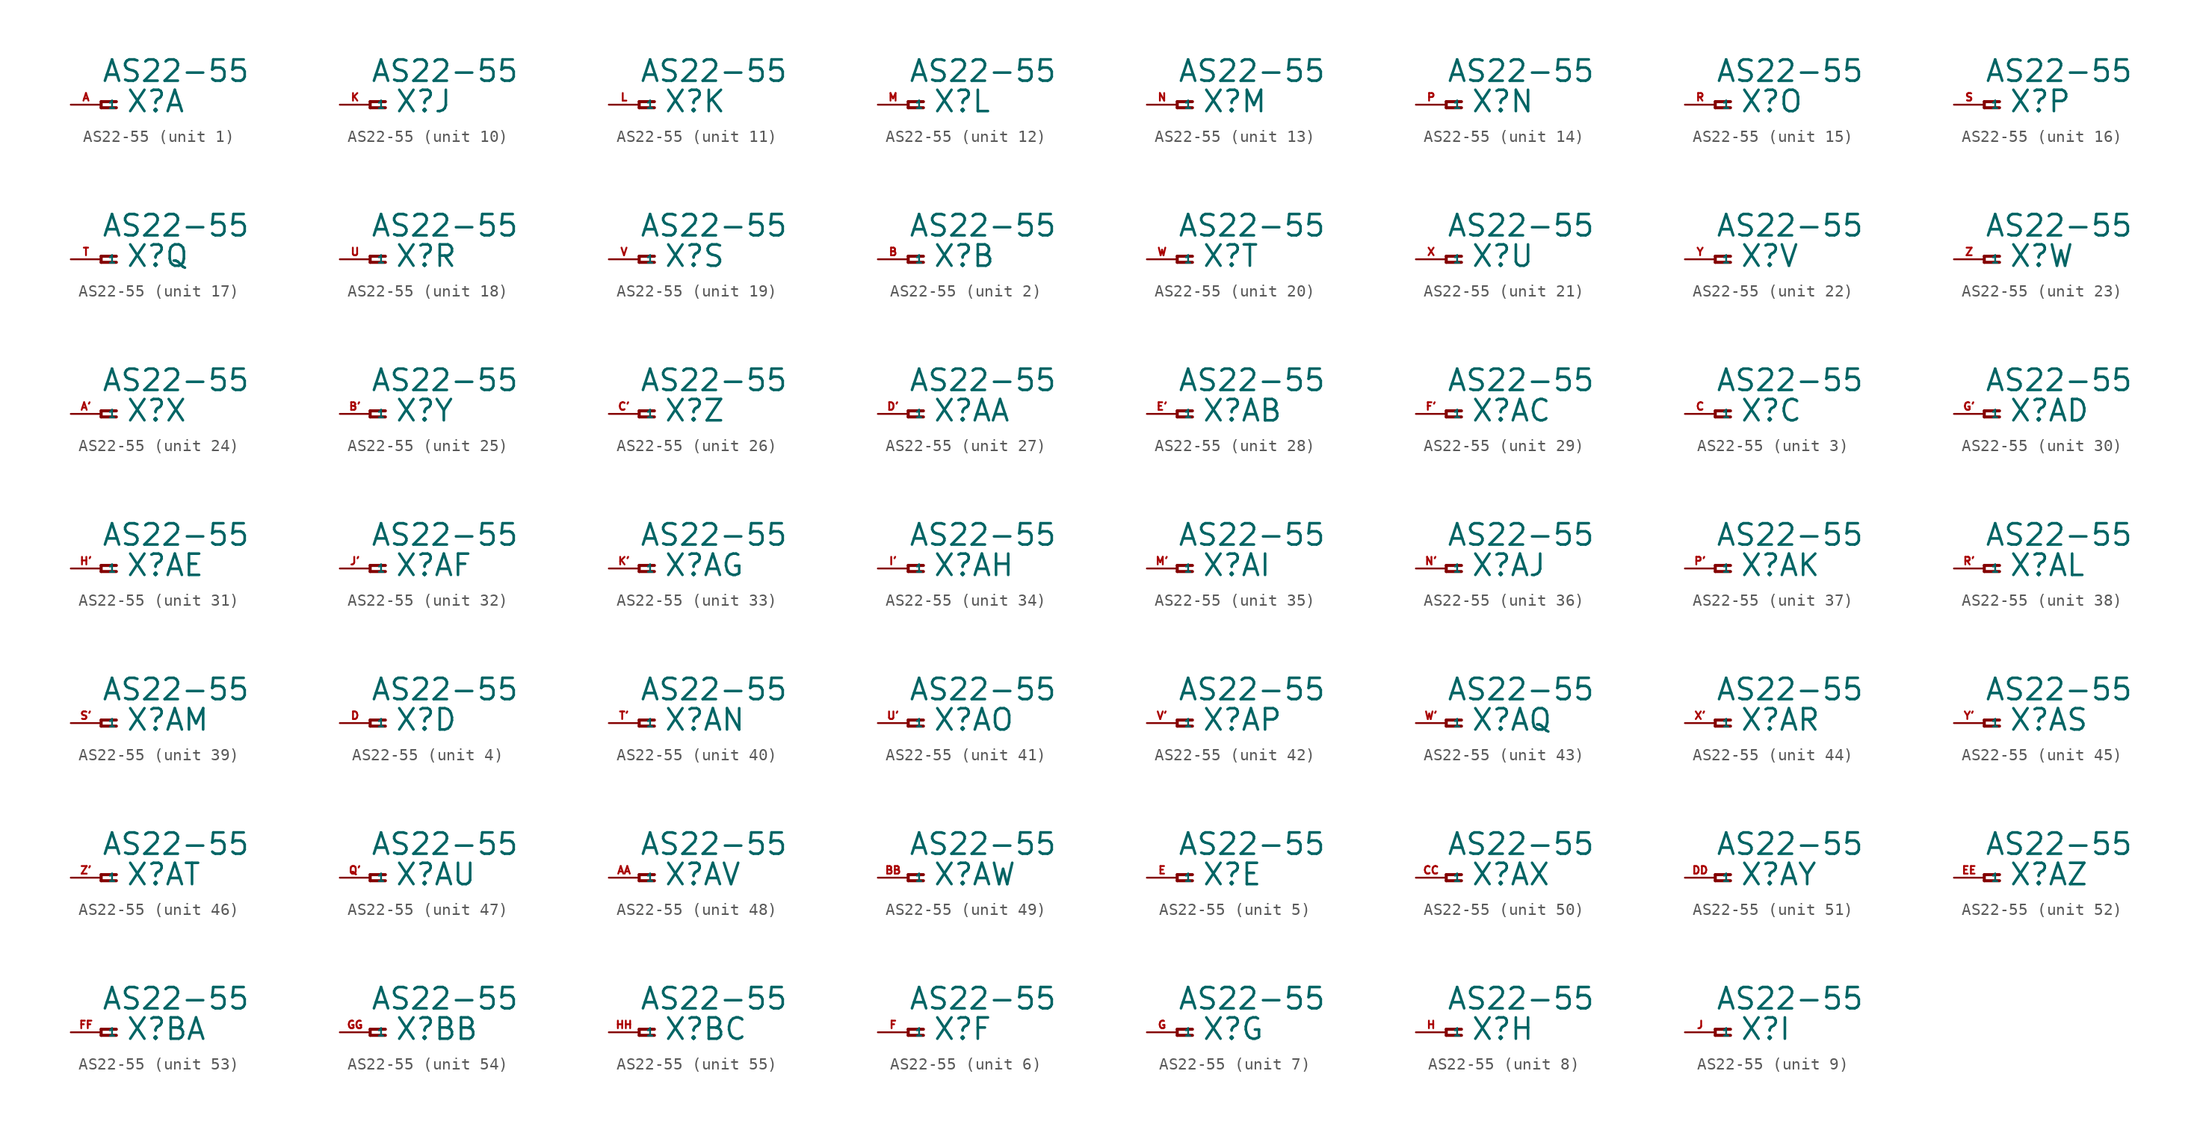
<source format=kicad_sym>
(kicad_symbol_lib
  (version 20220914)
  (generator Eagle2Kicad)
  (symbol "AS22-55"
    (property "Reference" "X"
      (at 2.032 -0.762 0)
      (effects (font (size 1.778 1.778) (thickness 0.22)) (justify left bottom)))
    (property "Value" "AS22-55"
      (at 0 1.778 0)
      (effects (font (size 1.778 1.778) (thickness 0.22)) (justify left bottom)))
    (symbol "AS22-55_1_0"
      (polyline (pts (xy 1.27 0.254) (xy 0 0.254)) (stroke (width 0.254) (type default)) (fill (type none)))
      (polyline (pts (xy 0 0.254) (xy 0 -0.254)) (stroke (width 0.254) (type default)) (fill (type none)))
      (polyline (pts (xy 0 -0.254) (xy 1.27 -0.254)) (stroke (width 0.254) (type default)) (fill (type none)))
      (pin passive line (at -2.54 0 0) (length 2.54) (name "1" (effects (font (size 0.635 0.635) (thickness 0.08)) (justify left bottom))) (number "A" (effects (font (size 0.635 0.635) (thickness 0.08)) (justify left bottom)))))
    (symbol "AS22-55_2_0"
      (polyline (pts (xy 1.27 0.254) (xy 0 0.254)) (stroke (width 0.254) (type default)) (fill (type none)))
      (polyline (pts (xy 0 0.254) (xy 0 -0.254)) (stroke (width 0.254) (type default)) (fill (type none)))
      (polyline (pts (xy 0 -0.254) (xy 1.27 -0.254)) (stroke (width 0.254) (type default)) (fill (type none)))
      (pin passive line (at -2.54 0 0) (length 2.54) (name "1" (effects (font (size 0.635 0.635) (thickness 0.08)) (justify left bottom))) (number "B" (effects (font (size 0.635 0.635) (thickness 0.08)) (justify left bottom)))))
    (symbol "AS22-55_3_0"
      (polyline (pts (xy 1.27 0.254) (xy 0 0.254)) (stroke (width 0.254) (type default)) (fill (type none)))
      (polyline (pts (xy 0 0.254) (xy 0 -0.254)) (stroke (width 0.254) (type default)) (fill (type none)))
      (polyline (pts (xy 0 -0.254) (xy 1.27 -0.254)) (stroke (width 0.254) (type default)) (fill (type none)))
      (pin passive line (at -2.54 0 0) (length 2.54) (name "1" (effects (font (size 0.635 0.635) (thickness 0.08)) (justify left bottom))) (number "C" (effects (font (size 0.635 0.635) (thickness 0.08)) (justify left bottom)))))
    (symbol "AS22-55_4_0"
      (polyline (pts (xy 1.27 0.254) (xy 0 0.254)) (stroke (width 0.254) (type default)) (fill (type none)))
      (polyline (pts (xy 0 0.254) (xy 0 -0.254)) (stroke (width 0.254) (type default)) (fill (type none)))
      (polyline (pts (xy 0 -0.254) (xy 1.27 -0.254)) (stroke (width 0.254) (type default)) (fill (type none)))
      (pin passive line (at -2.54 0 0) (length 2.54) (name "1" (effects (font (size 0.635 0.635) (thickness 0.08)) (justify left bottom))) (number "D" (effects (font (size 0.635 0.635) (thickness 0.08)) (justify left bottom)))))
    (symbol "AS22-55_5_0"
      (polyline (pts (xy 1.27 0.254) (xy 0 0.254)) (stroke (width 0.254) (type default)) (fill (type none)))
      (polyline (pts (xy 0 0.254) (xy 0 -0.254)) (stroke (width 0.254) (type default)) (fill (type none)))
      (polyline (pts (xy 0 -0.254) (xy 1.27 -0.254)) (stroke (width 0.254) (type default)) (fill (type none)))
      (pin passive line (at -2.54 0 0) (length 2.54) (name "1" (effects (font (size 0.635 0.635) (thickness 0.08)) (justify left bottom))) (number "E" (effects (font (size 0.635 0.635) (thickness 0.08)) (justify left bottom)))))
    (symbol "AS22-55_6_0"
      (polyline (pts (xy 1.27 0.254) (xy 0 0.254)) (stroke (width 0.254) (type default)) (fill (type none)))
      (polyline (pts (xy 0 0.254) (xy 0 -0.254)) (stroke (width 0.254) (type default)) (fill (type none)))
      (polyline (pts (xy 0 -0.254) (xy 1.27 -0.254)) (stroke (width 0.254) (type default)) (fill (type none)))
      (pin passive line (at -2.54 0 0) (length 2.54) (name "1" (effects (font (size 0.635 0.635) (thickness 0.08)) (justify left bottom))) (number "F" (effects (font (size 0.635 0.635) (thickness 0.08)) (justify left bottom)))))
    (symbol "AS22-55_7_0"
      (polyline (pts (xy 1.27 0.254) (xy 0 0.254)) (stroke (width 0.254) (type default)) (fill (type none)))
      (polyline (pts (xy 0 0.254) (xy 0 -0.254)) (stroke (width 0.254) (type default)) (fill (type none)))
      (polyline (pts (xy 0 -0.254) (xy 1.27 -0.254)) (stroke (width 0.254) (type default)) (fill (type none)))
      (pin passive line (at -2.54 0 0) (length 2.54) (name "1" (effects (font (size 0.635 0.635) (thickness 0.08)) (justify left bottom))) (number "G" (effects (font (size 0.635 0.635) (thickness 0.08)) (justify left bottom)))))
    (symbol "AS22-55_8_0"
      (polyline (pts (xy 1.27 0.254) (xy 0 0.254)) (stroke (width 0.254) (type default)) (fill (type none)))
      (polyline (pts (xy 0 0.254) (xy 0 -0.254)) (stroke (width 0.254) (type default)) (fill (type none)))
      (polyline (pts (xy 0 -0.254) (xy 1.27 -0.254)) (stroke (width 0.254) (type default)) (fill (type none)))
      (pin passive line (at -2.54 0 0) (length 2.54) (name "1" (effects (font (size 0.635 0.635) (thickness 0.08)) (justify left bottom))) (number "H" (effects (font (size 0.635 0.635) (thickness 0.08)) (justify left bottom)))))
    (symbol "AS22-55_9_0"
      (polyline (pts (xy 1.27 0.254) (xy 0 0.254)) (stroke (width 0.254) (type default)) (fill (type none)))
      (polyline (pts (xy 0 0.254) (xy 0 -0.254)) (stroke (width 0.254) (type default)) (fill (type none)))
      (polyline (pts (xy 0 -0.254) (xy 1.27 -0.254)) (stroke (width 0.254) (type default)) (fill (type none)))
      (pin passive line (at -2.54 0 0) (length 2.54) (name "1" (effects (font (size 0.635 0.635) (thickness 0.08)) (justify left bottom))) (number "J" (effects (font (size 0.635 0.635) (thickness 0.08)) (justify left bottom)))))
    (symbol "AS22-55_10_0"
      (polyline (pts (xy 1.27 0.254) (xy 0 0.254)) (stroke (width 0.254) (type default)) (fill (type none)))
      (polyline (pts (xy 0 0.254) (xy 0 -0.254)) (stroke (width 0.254) (type default)) (fill (type none)))
      (polyline (pts (xy 0 -0.254) (xy 1.27 -0.254)) (stroke (width 0.254) (type default)) (fill (type none)))
      (pin passive line (at -2.54 0 0) (length 2.54) (name "1" (effects (font (size 0.635 0.635) (thickness 0.08)) (justify left bottom))) (number "K" (effects (font (size 0.635 0.635) (thickness 0.08)) (justify left bottom)))))
    (symbol "AS22-55_11_0"
      (polyline (pts (xy 1.27 0.254) (xy 0 0.254)) (stroke (width 0.254) (type default)) (fill (type none)))
      (polyline (pts (xy 0 0.254) (xy 0 -0.254)) (stroke (width 0.254) (type default)) (fill (type none)))
      (polyline (pts (xy 0 -0.254) (xy 1.27 -0.254)) (stroke (width 0.254) (type default)) (fill (type none)))
      (pin passive line (at -2.54 0 0) (length 2.54) (name "1" (effects (font (size 0.635 0.635) (thickness 0.08)) (justify left bottom))) (number "L" (effects (font (size 0.635 0.635) (thickness 0.08)) (justify left bottom)))))
    (symbol "AS22-55_12_0"
      (polyline (pts (xy 1.27 0.254) (xy 0 0.254)) (stroke (width 0.254) (type default)) (fill (type none)))
      (polyline (pts (xy 0 0.254) (xy 0 -0.254)) (stroke (width 0.254) (type default)) (fill (type none)))
      (polyline (pts (xy 0 -0.254) (xy 1.27 -0.254)) (stroke (width 0.254) (type default)) (fill (type none)))
      (pin passive line (at -2.54 0 0) (length 2.54) (name "1" (effects (font (size 0.635 0.635) (thickness 0.08)) (justify left bottom))) (number "M" (effects (font (size 0.635 0.635) (thickness 0.08)) (justify left bottom)))))
    (symbol "AS22-55_13_0"
      (polyline (pts (xy 1.27 0.254) (xy 0 0.254)) (stroke (width 0.254) (type default)) (fill (type none)))
      (polyline (pts (xy 0 0.254) (xy 0 -0.254)) (stroke (width 0.254) (type default)) (fill (type none)))
      (polyline (pts (xy 0 -0.254) (xy 1.27 -0.254)) (stroke (width 0.254) (type default)) (fill (type none)))
      (pin passive line (at -2.54 0 0) (length 2.54) (name "1" (effects (font (size 0.635 0.635) (thickness 0.08)) (justify left bottom))) (number "N" (effects (font (size 0.635 0.635) (thickness 0.08)) (justify left bottom)))))
    (symbol "AS22-55_14_0"
      (polyline (pts (xy 1.27 0.254) (xy 0 0.254)) (stroke (width 0.254) (type default)) (fill (type none)))
      (polyline (pts (xy 0 0.254) (xy 0 -0.254)) (stroke (width 0.254) (type default)) (fill (type none)))
      (polyline (pts (xy 0 -0.254) (xy 1.27 -0.254)) (stroke (width 0.254) (type default)) (fill (type none)))
      (pin passive line (at -2.54 0 0) (length 2.54) (name "1" (effects (font (size 0.635 0.635) (thickness 0.08)) (justify left bottom))) (number "P" (effects (font (size 0.635 0.635) (thickness 0.08)) (justify left bottom)))))
    (symbol "AS22-55_15_0"
      (polyline (pts (xy 1.27 0.254) (xy 0 0.254)) (stroke (width 0.254) (type default)) (fill (type none)))
      (polyline (pts (xy 0 0.254) (xy 0 -0.254)) (stroke (width 0.254) (type default)) (fill (type none)))
      (polyline (pts (xy 0 -0.254) (xy 1.27 -0.254)) (stroke (width 0.254) (type default)) (fill (type none)))
      (pin passive line (at -2.54 0 0) (length 2.54) (name "1" (effects (font (size 0.635 0.635) (thickness 0.08)) (justify left bottom))) (number "R" (effects (font (size 0.635 0.635) (thickness 0.08)) (justify left bottom)))))
    (symbol "AS22-55_16_0"
      (polyline (pts (xy 1.27 0.254) (xy 0 0.254)) (stroke (width 0.254) (type default)) (fill (type none)))
      (polyline (pts (xy 0 0.254) (xy 0 -0.254)) (stroke (width 0.254) (type default)) (fill (type none)))
      (polyline (pts (xy 0 -0.254) (xy 1.27 -0.254)) (stroke (width 0.254) (type default)) (fill (type none)))
      (pin passive line (at -2.54 0 0) (length 2.54) (name "1" (effects (font (size 0.635 0.635) (thickness 0.08)) (justify left bottom))) (number "S" (effects (font (size 0.635 0.635) (thickness 0.08)) (justify left bottom)))))
    (symbol "AS22-55_17_0"
      (polyline (pts (xy 1.27 0.254) (xy 0 0.254)) (stroke (width 0.254) (type default)) (fill (type none)))
      (polyline (pts (xy 0 0.254) (xy 0 -0.254)) (stroke (width 0.254) (type default)) (fill (type none)))
      (polyline (pts (xy 0 -0.254) (xy 1.27 -0.254)) (stroke (width 0.254) (type default)) (fill (type none)))
      (pin passive line (at -2.54 0 0) (length 2.54) (name "1" (effects (font (size 0.635 0.635) (thickness 0.08)) (justify left bottom))) (number "T" (effects (font (size 0.635 0.635) (thickness 0.08)) (justify left bottom)))))
    (symbol "AS22-55_18_0"
      (polyline (pts (xy 1.27 0.254) (xy 0 0.254)) (stroke (width 0.254) (type default)) (fill (type none)))
      (polyline (pts (xy 0 0.254) (xy 0 -0.254)) (stroke (width 0.254) (type default)) (fill (type none)))
      (polyline (pts (xy 0 -0.254) (xy 1.27 -0.254)) (stroke (width 0.254) (type default)) (fill (type none)))
      (pin passive line (at -2.54 0 0) (length 2.54) (name "1" (effects (font (size 0.635 0.635) (thickness 0.08)) (justify left bottom))) (number "U" (effects (font (size 0.635 0.635) (thickness 0.08)) (justify left bottom)))))
    (symbol "AS22-55_19_0"
      (polyline (pts (xy 1.27 0.254) (xy 0 0.254)) (stroke (width 0.254) (type default)) (fill (type none)))
      (polyline (pts (xy 0 0.254) (xy 0 -0.254)) (stroke (width 0.254) (type default)) (fill (type none)))
      (polyline (pts (xy 0 -0.254) (xy 1.27 -0.254)) (stroke (width 0.254) (type default)) (fill (type none)))
      (pin passive line (at -2.54 0 0) (length 2.54) (name "1" (effects (font (size 0.635 0.635) (thickness 0.08)) (justify left bottom))) (number "V" (effects (font (size 0.635 0.635) (thickness 0.08)) (justify left bottom)))))
    (symbol "AS22-55_20_0"
      (polyline (pts (xy 1.27 0.254) (xy 0 0.254)) (stroke (width 0.254) (type default)) (fill (type none)))
      (polyline (pts (xy 0 0.254) (xy 0 -0.254)) (stroke (width 0.254) (type default)) (fill (type none)))
      (polyline (pts (xy 0 -0.254) (xy 1.27 -0.254)) (stroke (width 0.254) (type default)) (fill (type none)))
      (pin passive line (at -2.54 0 0) (length 2.54) (name "1" (effects (font (size 0.635 0.635) (thickness 0.08)) (justify left bottom))) (number "W" (effects (font (size 0.635 0.635) (thickness 0.08)) (justify left bottom)))))
    (symbol "AS22-55_21_0"
      (polyline (pts (xy 1.27 0.254) (xy 0 0.254)) (stroke (width 0.254) (type default)) (fill (type none)))
      (polyline (pts (xy 0 0.254) (xy 0 -0.254)) (stroke (width 0.254) (type default)) (fill (type none)))
      (polyline (pts (xy 0 -0.254) (xy 1.27 -0.254)) (stroke (width 0.254) (type default)) (fill (type none)))
      (pin passive line (at -2.54 0 0) (length 2.54) (name "1" (effects (font (size 0.635 0.635) (thickness 0.08)) (justify left bottom))) (number "X" (effects (font (size 0.635 0.635) (thickness 0.08)) (justify left bottom)))))
    (symbol "AS22-55_22_0"
      (polyline (pts (xy 1.27 0.254) (xy 0 0.254)) (stroke (width 0.254) (type default)) (fill (type none)))
      (polyline (pts (xy 0 0.254) (xy 0 -0.254)) (stroke (width 0.254) (type default)) (fill (type none)))
      (polyline (pts (xy 0 -0.254) (xy 1.27 -0.254)) (stroke (width 0.254) (type default)) (fill (type none)))
      (pin passive line (at -2.54 0 0) (length 2.54) (name "1" (effects (font (size 0.635 0.635) (thickness 0.08)) (justify left bottom))) (number "Y" (effects (font (size 0.635 0.635) (thickness 0.08)) (justify left bottom)))))
    (symbol "AS22-55_23_0"
      (polyline (pts (xy 1.27 0.254) (xy 0 0.254)) (stroke (width 0.254) (type default)) (fill (type none)))
      (polyline (pts (xy 0 0.254) (xy 0 -0.254)) (stroke (width 0.254) (type default)) (fill (type none)))
      (polyline (pts (xy 0 -0.254) (xy 1.27 -0.254)) (stroke (width 0.254) (type default)) (fill (type none)))
      (pin passive line (at -2.54 0 0) (length 2.54) (name "1" (effects (font (size 0.635 0.635) (thickness 0.08)) (justify left bottom))) (number "Z" (effects (font (size 0.635 0.635) (thickness 0.08)) (justify left bottom)))))
    (symbol "AS22-55_24_0"
      (polyline (pts (xy 1.27 0.254) (xy 0 0.254)) (stroke (width 0.254) (type default)) (fill (type none)))
      (polyline (pts (xy 0 0.254) (xy 0 -0.254)) (stroke (width 0.254) (type default)) (fill (type none)))
      (polyline (pts (xy 0 -0.254) (xy 1.27 -0.254)) (stroke (width 0.254) (type default)) (fill (type none)))
      (pin passive line (at -2.54 0 0) (length 2.54) (name "1" (effects (font (size 0.635 0.635) (thickness 0.08)) (justify left bottom))) (number "A'" (effects (font (size 0.635 0.635) (thickness 0.08)) (justify left bottom)))))
    (symbol "AS22-55_25_0"
      (polyline (pts (xy 1.27 0.254) (xy 0 0.254)) (stroke (width 0.254) (type default)) (fill (type none)))
      (polyline (pts (xy 0 0.254) (xy 0 -0.254)) (stroke (width 0.254) (type default)) (fill (type none)))
      (polyline (pts (xy 0 -0.254) (xy 1.27 -0.254)) (stroke (width 0.254) (type default)) (fill (type none)))
      (pin passive line (at -2.54 0 0) (length 2.54) (name "1" (effects (font (size 0.635 0.635) (thickness 0.08)) (justify left bottom))) (number "B'" (effects (font (size 0.635 0.635) (thickness 0.08)) (justify left bottom)))))
    (symbol "AS22-55_26_0"
      (polyline (pts (xy 1.27 0.254) (xy 0 0.254)) (stroke (width 0.254) (type default)) (fill (type none)))
      (polyline (pts (xy 0 0.254) (xy 0 -0.254)) (stroke (width 0.254) (type default)) (fill (type none)))
      (polyline (pts (xy 0 -0.254) (xy 1.27 -0.254)) (stroke (width 0.254) (type default)) (fill (type none)))
      (pin passive line (at -2.54 0 0) (length 2.54) (name "1" (effects (font (size 0.635 0.635) (thickness 0.08)) (justify left bottom))) (number "C'" (effects (font (size 0.635 0.635) (thickness 0.08)) (justify left bottom)))))
    (symbol "AS22-55_27_0"
      (polyline (pts (xy 1.27 0.254) (xy 0 0.254)) (stroke (width 0.254) (type default)) (fill (type none)))
      (polyline (pts (xy 0 0.254) (xy 0 -0.254)) (stroke (width 0.254) (type default)) (fill (type none)))
      (polyline (pts (xy 0 -0.254) (xy 1.27 -0.254)) (stroke (width 0.254) (type default)) (fill (type none)))
      (pin passive line (at -2.54 0 0) (length 2.54) (name "1" (effects (font (size 0.635 0.635) (thickness 0.08)) (justify left bottom))) (number "D'" (effects (font (size 0.635 0.635) (thickness 0.08)) (justify left bottom)))))
    (symbol "AS22-55_28_0"
      (polyline (pts (xy 1.27 0.254) (xy 0 0.254)) (stroke (width 0.254) (type default)) (fill (type none)))
      (polyline (pts (xy 0 0.254) (xy 0 -0.254)) (stroke (width 0.254) (type default)) (fill (type none)))
      (polyline (pts (xy 0 -0.254) (xy 1.27 -0.254)) (stroke (width 0.254) (type default)) (fill (type none)))
      (pin passive line (at -2.54 0 0) (length 2.54) (name "1" (effects (font (size 0.635 0.635) (thickness 0.08)) (justify left bottom))) (number "E'" (effects (font (size 0.635 0.635) (thickness 0.08)) (justify left bottom)))))
    (symbol "AS22-55_29_0"
      (polyline (pts (xy 1.27 0.254) (xy 0 0.254)) (stroke (width 0.254) (type default)) (fill (type none)))
      (polyline (pts (xy 0 0.254) (xy 0 -0.254)) (stroke (width 0.254) (type default)) (fill (type none)))
      (polyline (pts (xy 0 -0.254) (xy 1.27 -0.254)) (stroke (width 0.254) (type default)) (fill (type none)))
      (pin passive line (at -2.54 0 0) (length 2.54) (name "1" (effects (font (size 0.635 0.635) (thickness 0.08)) (justify left bottom))) (number "F'" (effects (font (size 0.635 0.635) (thickness 0.08)) (justify left bottom)))))
    (symbol "AS22-55_30_0"
      (polyline (pts (xy 1.27 0.254) (xy 0 0.254)) (stroke (width 0.254) (type default)) (fill (type none)))
      (polyline (pts (xy 0 0.254) (xy 0 -0.254)) (stroke (width 0.254) (type default)) (fill (type none)))
      (polyline (pts (xy 0 -0.254) (xy 1.27 -0.254)) (stroke (width 0.254) (type default)) (fill (type none)))
      (pin passive line (at -2.54 0 0) (length 2.54) (name "1" (effects (font (size 0.635 0.635) (thickness 0.08)) (justify left bottom))) (number "G'" (effects (font (size 0.635 0.635) (thickness 0.08)) (justify left bottom)))))
    (symbol "AS22-55_31_0"
      (polyline (pts (xy 1.27 0.254) (xy 0 0.254)) (stroke (width 0.254) (type default)) (fill (type none)))
      (polyline (pts (xy 0 0.254) (xy 0 -0.254)) (stroke (width 0.254) (type default)) (fill (type none)))
      (polyline (pts (xy 0 -0.254) (xy 1.27 -0.254)) (stroke (width 0.254) (type default)) (fill (type none)))
      (pin passive line (at -2.54 0 0) (length 2.54) (name "1" (effects (font (size 0.635 0.635) (thickness 0.08)) (justify left bottom))) (number "H'" (effects (font (size 0.635 0.635) (thickness 0.08)) (justify left bottom)))))
    (symbol "AS22-55_32_0"
      (polyline (pts (xy 1.27 0.254) (xy 0 0.254)) (stroke (width 0.254) (type default)) (fill (type none)))
      (polyline (pts (xy 0 0.254) (xy 0 -0.254)) (stroke (width 0.254) (type default)) (fill (type none)))
      (polyline (pts (xy 0 -0.254) (xy 1.27 -0.254)) (stroke (width 0.254) (type default)) (fill (type none)))
      (pin passive line (at -2.54 0 0) (length 2.54) (name "1" (effects (font (size 0.635 0.635) (thickness 0.08)) (justify left bottom))) (number "J'" (effects (font (size 0.635 0.635) (thickness 0.08)) (justify left bottom)))))
    (symbol "AS22-55_33_0"
      (polyline (pts (xy 1.27 0.254) (xy 0 0.254)) (stroke (width 0.254) (type default)) (fill (type none)))
      (polyline (pts (xy 0 0.254) (xy 0 -0.254)) (stroke (width 0.254) (type default)) (fill (type none)))
      (polyline (pts (xy 0 -0.254) (xy 1.27 -0.254)) (stroke (width 0.254) (type default)) (fill (type none)))
      (pin passive line (at -2.54 0 0) (length 2.54) (name "1" (effects (font (size 0.635 0.635) (thickness 0.08)) (justify left bottom))) (number "K'" (effects (font (size 0.635 0.635) (thickness 0.08)) (justify left bottom)))))
    (symbol "AS22-55_34_0"
      (polyline (pts (xy 1.27 0.254) (xy 0 0.254)) (stroke (width 0.254) (type default)) (fill (type none)))
      (polyline (pts (xy 0 0.254) (xy 0 -0.254)) (stroke (width 0.254) (type default)) (fill (type none)))
      (polyline (pts (xy 0 -0.254) (xy 1.27 -0.254)) (stroke (width 0.254) (type default)) (fill (type none)))
      (pin passive line (at -2.54 0 0) (length 2.54) (name "1" (effects (font (size 0.635 0.635) (thickness 0.08)) (justify left bottom))) (number "I'" (effects (font (size 0.635 0.635) (thickness 0.08)) (justify left bottom)))))
    (symbol "AS22-55_35_0"
      (polyline (pts (xy 1.27 0.254) (xy 0 0.254)) (stroke (width 0.254) (type default)) (fill (type none)))
      (polyline (pts (xy 0 0.254) (xy 0 -0.254)) (stroke (width 0.254) (type default)) (fill (type none)))
      (polyline (pts (xy 0 -0.254) (xy 1.27 -0.254)) (stroke (width 0.254) (type default)) (fill (type none)))
      (pin passive line (at -2.54 0 0) (length 2.54) (name "1" (effects (font (size 0.635 0.635) (thickness 0.08)) (justify left bottom))) (number "M'" (effects (font (size 0.635 0.635) (thickness 0.08)) (justify left bottom)))))
    (symbol "AS22-55_36_0"
      (polyline (pts (xy 1.27 0.254) (xy 0 0.254)) (stroke (width 0.254) (type default)) (fill (type none)))
      (polyline (pts (xy 0 0.254) (xy 0 -0.254)) (stroke (width 0.254) (type default)) (fill (type none)))
      (polyline (pts (xy 0 -0.254) (xy 1.27 -0.254)) (stroke (width 0.254) (type default)) (fill (type none)))
      (pin passive line (at -2.54 0 0) (length 2.54) (name "1" (effects (font (size 0.635 0.635) (thickness 0.08)) (justify left bottom))) (number "N'" (effects (font (size 0.635 0.635) (thickness 0.08)) (justify left bottom)))))
    (symbol "AS22-55_37_0"
      (polyline (pts (xy 1.27 0.254) (xy 0 0.254)) (stroke (width 0.254) (type default)) (fill (type none)))
      (polyline (pts (xy 0 0.254) (xy 0 -0.254)) (stroke (width 0.254) (type default)) (fill (type none)))
      (polyline (pts (xy 0 -0.254) (xy 1.27 -0.254)) (stroke (width 0.254) (type default)) (fill (type none)))
      (pin passive line (at -2.54 0 0) (length 2.54) (name "1" (effects (font (size 0.635 0.635) (thickness 0.08)) (justify left bottom))) (number "P'" (effects (font (size 0.635 0.635) (thickness 0.08)) (justify left bottom)))))
    (symbol "AS22-55_38_0"
      (polyline (pts (xy 1.27 0.254) (xy 0 0.254)) (stroke (width 0.254) (type default)) (fill (type none)))
      (polyline (pts (xy 0 0.254) (xy 0 -0.254)) (stroke (width 0.254) (type default)) (fill (type none)))
      (polyline (pts (xy 0 -0.254) (xy 1.27 -0.254)) (stroke (width 0.254) (type default)) (fill (type none)))
      (pin passive line (at -2.54 0 0) (length 2.54) (name "1" (effects (font (size 0.635 0.635) (thickness 0.08)) (justify left bottom))) (number "R'" (effects (font (size 0.635 0.635) (thickness 0.08)) (justify left bottom)))))
    (symbol "AS22-55_39_0"
      (polyline (pts (xy 1.27 0.254) (xy 0 0.254)) (stroke (width 0.254) (type default)) (fill (type none)))
      (polyline (pts (xy 0 0.254) (xy 0 -0.254)) (stroke (width 0.254) (type default)) (fill (type none)))
      (polyline (pts (xy 0 -0.254) (xy 1.27 -0.254)) (stroke (width 0.254) (type default)) (fill (type none)))
      (pin passive line (at -2.54 0 0) (length 2.54) (name "1" (effects (font (size 0.635 0.635) (thickness 0.08)) (justify left bottom))) (number "S'" (effects (font (size 0.635 0.635) (thickness 0.08)) (justify left bottom)))))
    (symbol "AS22-55_40_0"
      (polyline (pts (xy 1.27 0.254) (xy 0 0.254)) (stroke (width 0.254) (type default)) (fill (type none)))
      (polyline (pts (xy 0 0.254) (xy 0 -0.254)) (stroke (width 0.254) (type default)) (fill (type none)))
      (polyline (pts (xy 0 -0.254) (xy 1.27 -0.254)) (stroke (width 0.254) (type default)) (fill (type none)))
      (pin passive line (at -2.54 0 0) (length 2.54) (name "1" (effects (font (size 0.635 0.635) (thickness 0.08)) (justify left bottom))) (number "T'" (effects (font (size 0.635 0.635) (thickness 0.08)) (justify left bottom)))))
    (symbol "AS22-55_41_0"
      (polyline (pts (xy 1.27 0.254) (xy 0 0.254)) (stroke (width 0.254) (type default)) (fill (type none)))
      (polyline (pts (xy 0 0.254) (xy 0 -0.254)) (stroke (width 0.254) (type default)) (fill (type none)))
      (polyline (pts (xy 0 -0.254) (xy 1.27 -0.254)) (stroke (width 0.254) (type default)) (fill (type none)))
      (pin passive line (at -2.54 0 0) (length 2.54) (name "1" (effects (font (size 0.635 0.635) (thickness 0.08)) (justify left bottom))) (number "U'" (effects (font (size 0.635 0.635) (thickness 0.08)) (justify left bottom)))))
    (symbol "AS22-55_42_0"
      (polyline (pts (xy 1.27 0.254) (xy 0 0.254)) (stroke (width 0.254) (type default)) (fill (type none)))
      (polyline (pts (xy 0 0.254) (xy 0 -0.254)) (stroke (width 0.254) (type default)) (fill (type none)))
      (polyline (pts (xy 0 -0.254) (xy 1.27 -0.254)) (stroke (width 0.254) (type default)) (fill (type none)))
      (pin passive line (at -2.54 0 0) (length 2.54) (name "1" (effects (font (size 0.635 0.635) (thickness 0.08)) (justify left bottom))) (number "V'" (effects (font (size 0.635 0.635) (thickness 0.08)) (justify left bottom)))))
    (symbol "AS22-55_43_0"
      (polyline (pts (xy 1.27 0.254) (xy 0 0.254)) (stroke (width 0.254) (type default)) (fill (type none)))
      (polyline (pts (xy 0 0.254) (xy 0 -0.254)) (stroke (width 0.254) (type default)) (fill (type none)))
      (polyline (pts (xy 0 -0.254) (xy 1.27 -0.254)) (stroke (width 0.254) (type default)) (fill (type none)))
      (pin passive line (at -2.54 0 0) (length 2.54) (name "1" (effects (font (size 0.635 0.635) (thickness 0.08)) (justify left bottom))) (number "W'" (effects (font (size 0.635 0.635) (thickness 0.08)) (justify left bottom)))))
    (symbol "AS22-55_44_0"
      (polyline (pts (xy 1.27 0.254) (xy 0 0.254)) (stroke (width 0.254) (type default)) (fill (type none)))
      (polyline (pts (xy 0 0.254) (xy 0 -0.254)) (stroke (width 0.254) (type default)) (fill (type none)))
      (polyline (pts (xy 0 -0.254) (xy 1.27 -0.254)) (stroke (width 0.254) (type default)) (fill (type none)))
      (pin passive line (at -2.54 0 0) (length 2.54) (name "1" (effects (font (size 0.635 0.635) (thickness 0.08)) (justify left bottom))) (number "X'" (effects (font (size 0.635 0.635) (thickness 0.08)) (justify left bottom)))))
    (symbol "AS22-55_45_0"
      (polyline (pts (xy 1.27 0.254) (xy 0 0.254)) (stroke (width 0.254) (type default)) (fill (type none)))
      (polyline (pts (xy 0 0.254) (xy 0 -0.254)) (stroke (width 0.254) (type default)) (fill (type none)))
      (polyline (pts (xy 0 -0.254) (xy 1.27 -0.254)) (stroke (width 0.254) (type default)) (fill (type none)))
      (pin passive line (at -2.54 0 0) (length 2.54) (name "1" (effects (font (size 0.635 0.635) (thickness 0.08)) (justify left bottom))) (number "Y'" (effects (font (size 0.635 0.635) (thickness 0.08)) (justify left bottom)))))
    (symbol "AS22-55_46_0"
      (polyline (pts (xy 1.27 0.254) (xy 0 0.254)) (stroke (width 0.254) (type default)) (fill (type none)))
      (polyline (pts (xy 0 0.254) (xy 0 -0.254)) (stroke (width 0.254) (type default)) (fill (type none)))
      (polyline (pts (xy 0 -0.254) (xy 1.27 -0.254)) (stroke (width 0.254) (type default)) (fill (type none)))
      (pin passive line (at -2.54 0 0) (length 2.54) (name "1" (effects (font (size 0.635 0.635) (thickness 0.08)) (justify left bottom))) (number "Z'" (effects (font (size 0.635 0.635) (thickness 0.08)) (justify left bottom)))))
    (symbol "AS22-55_47_0"
      (polyline (pts (xy 1.27 0.254) (xy 0 0.254)) (stroke (width 0.254) (type default)) (fill (type none)))
      (polyline (pts (xy 0 0.254) (xy 0 -0.254)) (stroke (width 0.254) (type default)) (fill (type none)))
      (polyline (pts (xy 0 -0.254) (xy 1.27 -0.254)) (stroke (width 0.254) (type default)) (fill (type none)))
      (pin passive line (at -2.54 0 0) (length 2.54) (name "1" (effects (font (size 0.635 0.635) (thickness 0.08)) (justify left bottom))) (number "Q'" (effects (font (size 0.635 0.635) (thickness 0.08)) (justify left bottom)))))
    (symbol "AS22-55_48_0"
      (polyline (pts (xy 1.27 0.254) (xy 0 0.254)) (stroke (width 0.254) (type default)) (fill (type none)))
      (polyline (pts (xy 0 0.254) (xy 0 -0.254)) (stroke (width 0.254) (type default)) (fill (type none)))
      (polyline (pts (xy 0 -0.254) (xy 1.27 -0.254)) (stroke (width 0.254) (type default)) (fill (type none)))
      (pin passive line (at -2.54 0 0) (length 2.54) (name "1" (effects (font (size 0.635 0.635) (thickness 0.08)) (justify left bottom))) (number "AA" (effects (font (size 0.635 0.635) (thickness 0.08)) (justify left bottom)))))
    (symbol "AS22-55_49_0"
      (polyline (pts (xy 1.27 0.254) (xy 0 0.254)) (stroke (width 0.254) (type default)) (fill (type none)))
      (polyline (pts (xy 0 0.254) (xy 0 -0.254)) (stroke (width 0.254) (type default)) (fill (type none)))
      (polyline (pts (xy 0 -0.254) (xy 1.27 -0.254)) (stroke (width 0.254) (type default)) (fill (type none)))
      (pin passive line (at -2.54 0 0) (length 2.54) (name "1" (effects (font (size 0.635 0.635) (thickness 0.08)) (justify left bottom))) (number "BB" (effects (font (size 0.635 0.635) (thickness 0.08)) (justify left bottom)))))
    (symbol "AS22-55_50_0"
      (polyline (pts (xy 1.27 0.254) (xy 0 0.254)) (stroke (width 0.254) (type default)) (fill (type none)))
      (polyline (pts (xy 0 0.254) (xy 0 -0.254)) (stroke (width 0.254) (type default)) (fill (type none)))
      (polyline (pts (xy 0 -0.254) (xy 1.27 -0.254)) (stroke (width 0.254) (type default)) (fill (type none)))
      (pin passive line (at -2.54 0 0) (length 2.54) (name "1" (effects (font (size 0.635 0.635) (thickness 0.08)) (justify left bottom))) (number "CC" (effects (font (size 0.635 0.635) (thickness 0.08)) (justify left bottom)))))
    (symbol "AS22-55_51_0"
      (polyline (pts (xy 1.27 0.254) (xy 0 0.254)) (stroke (width 0.254) (type default)) (fill (type none)))
      (polyline (pts (xy 0 0.254) (xy 0 -0.254)) (stroke (width 0.254) (type default)) (fill (type none)))
      (polyline (pts (xy 0 -0.254) (xy 1.27 -0.254)) (stroke (width 0.254) (type default)) (fill (type none)))
      (pin passive line (at -2.54 0 0) (length 2.54) (name "1" (effects (font (size 0.635 0.635) (thickness 0.08)) (justify left bottom))) (number "DD" (effects (font (size 0.635 0.635) (thickness 0.08)) (justify left bottom)))))
    (symbol "AS22-55_52_0"
      (polyline (pts (xy 1.27 0.254) (xy 0 0.254)) (stroke (width 0.254) (type default)) (fill (type none)))
      (polyline (pts (xy 0 0.254) (xy 0 -0.254)) (stroke (width 0.254) (type default)) (fill (type none)))
      (polyline (pts (xy 0 -0.254) (xy 1.27 -0.254)) (stroke (width 0.254) (type default)) (fill (type none)))
      (pin passive line (at -2.54 0 0) (length 2.54) (name "1" (effects (font (size 0.635 0.635) (thickness 0.08)) (justify left bottom))) (number "EE" (effects (font (size 0.635 0.635) (thickness 0.08)) (justify left bottom)))))
    (symbol "AS22-55_53_0"
      (polyline (pts (xy 1.27 0.254) (xy 0 0.254)) (stroke (width 0.254) (type default)) (fill (type none)))
      (polyline (pts (xy 0 0.254) (xy 0 -0.254)) (stroke (width 0.254) (type default)) (fill (type none)))
      (polyline (pts (xy 0 -0.254) (xy 1.27 -0.254)) (stroke (width 0.254) (type default)) (fill (type none)))
      (pin passive line (at -2.54 0 0) (length 2.54) (name "1" (effects (font (size 0.635 0.635) (thickness 0.08)) (justify left bottom))) (number "FF" (effects (font (size 0.635 0.635) (thickness 0.08)) (justify left bottom)))))
    (symbol "AS22-55_54_0"
      (polyline (pts (xy 1.27 0.254) (xy 0 0.254)) (stroke (width 0.254) (type default)) (fill (type none)))
      (polyline (pts (xy 0 0.254) (xy 0 -0.254)) (stroke (width 0.254) (type default)) (fill (type none)))
      (polyline (pts (xy 0 -0.254) (xy 1.27 -0.254)) (stroke (width 0.254) (type default)) (fill (type none)))
      (pin passive line (at -2.54 0 0) (length 2.54) (name "1" (effects (font (size 0.635 0.635) (thickness 0.08)) (justify left bottom))) (number "GG" (effects (font (size 0.635 0.635) (thickness 0.08)) (justify left bottom)))))
    (symbol "AS22-55_55_0"
      (polyline (pts (xy 1.27 0.254) (xy 0 0.254)) (stroke (width 0.254) (type default)) (fill (type none)))
      (polyline (pts (xy 0 0.254) (xy 0 -0.254)) (stroke (width 0.254) (type default)) (fill (type none)))
      (polyline (pts (xy 0 -0.254) (xy 1.27 -0.254)) (stroke (width 0.254) (type default)) (fill (type none)))
      (pin passive line (at -2.54 0 0) (length 2.54) (name "1" (effects (font (size 0.635 0.635) (thickness 0.08)) (justify left bottom))) (number "HH" (effects (font (size 0.635 0.635) (thickness 0.08)) (justify left bottom)))))))
</source>
